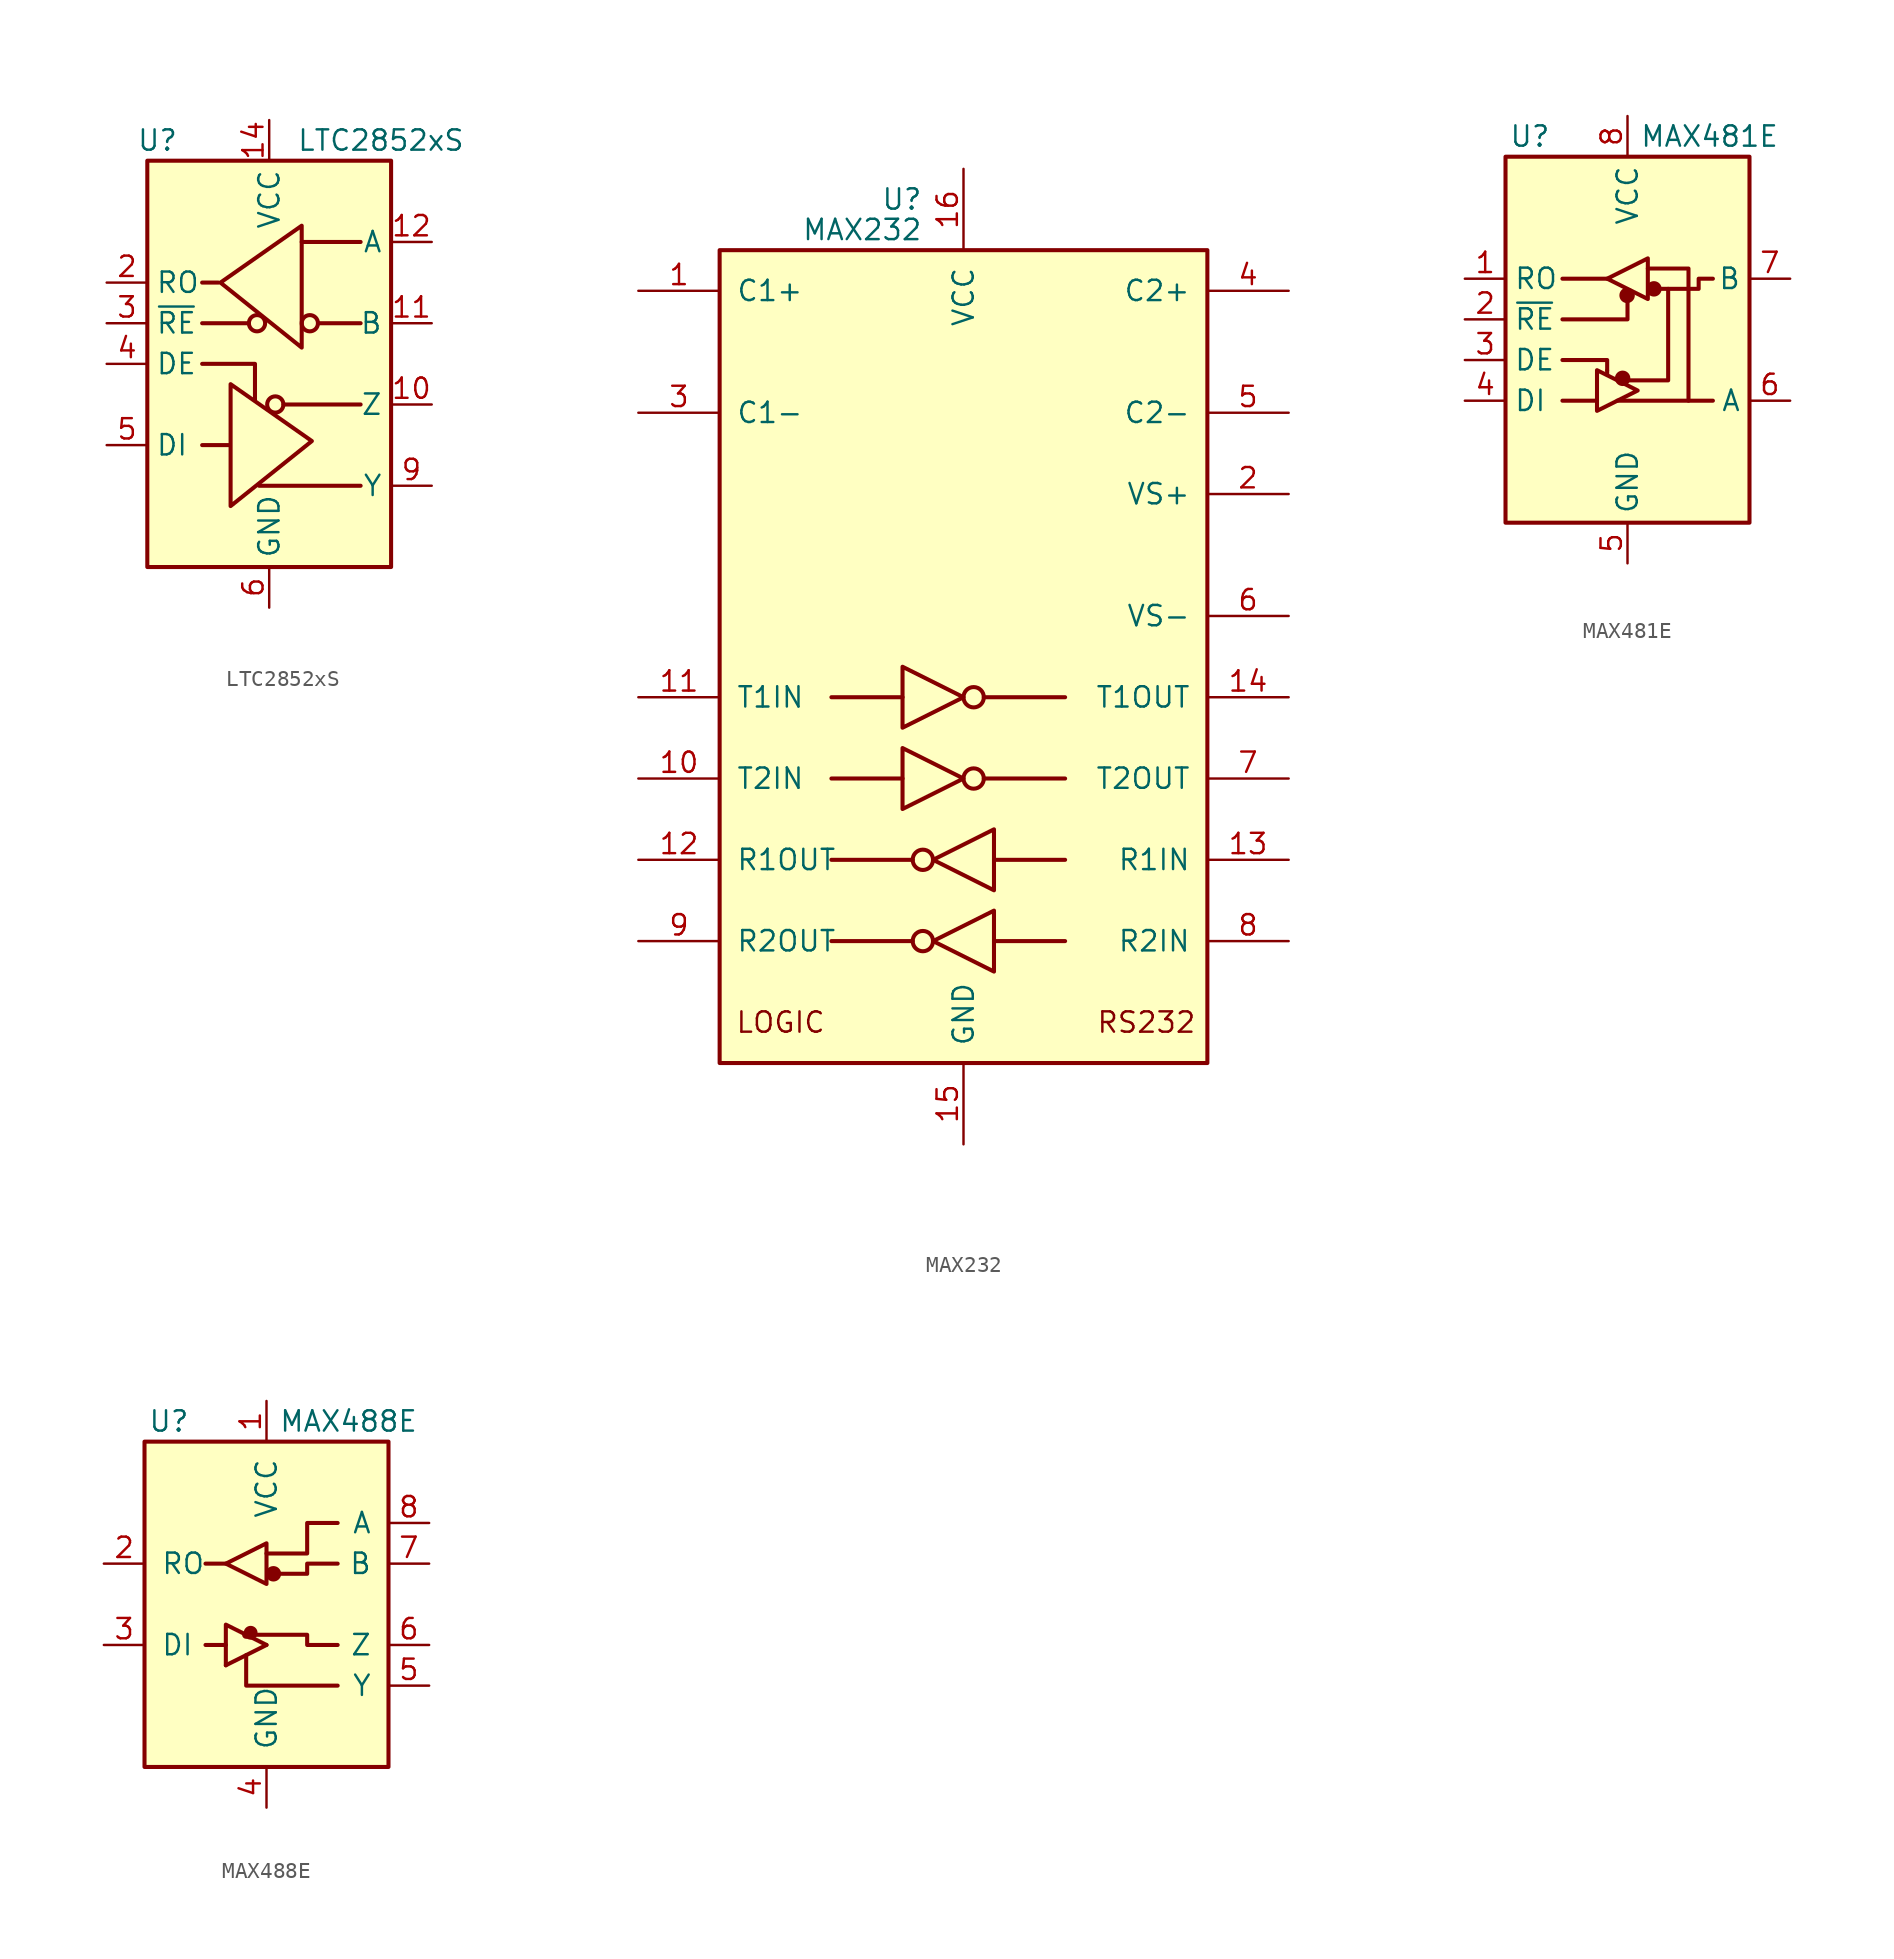
<source format=kicad_sym>
(kicad_symbol_lib
  (version 20200908)
  (generator kicad_symbol_editor)
  (symbol "Interface_UART:LTC2852xS"
    (property "Reference" "U"
      (at -6.985 13.97 0)
      (effects (font (size 1.27 1.27))))
    (property "Value" "LTC2852xS"
      (at 6.985 13.97 0)
      (effects (font (size 1.27 1.27))))
    (symbol "LTC2852xS_1_1"
      (circle (center -0.762 2.54) (radius 0.508) (stroke (width 0.254)) (fill (type none)))
      (circle (center 0.381 -2.54) (radius 0.508) (stroke (width 0.254)) (fill (type none)))
      (circle (center 2.54 2.54) (radius 0.508) (stroke (width 0.254)) (fill (type none)))
      (polyline (pts (xy -4.191 2.54) (xy -1.27 2.54)) (stroke (width 0.254)) (fill (type none)))
      (polyline (pts (xy -2.54 -5.08) (xy -4.191 -5.08)) (stroke (width 0.254)) (fill (type none)))
      (polyline (pts (xy -0.635 -7.62) (xy 5.715 -7.62)) (stroke (width 0.254)) (fill (type none)))
      (polyline (pts (xy 0.889 -2.54) (xy 5.715 -2.54)) (stroke (width 0.254)) (fill (type none)))
      (polyline (pts (xy 2.032 7.62) (xy 5.715 7.62)) (stroke (width 0.254)) (fill (type none)))
      (polyline (pts (xy 3.048 2.54) (xy 5.715 2.54)) (stroke (width 0.254)) (fill (type none)))
      (polyline (pts (xy -4.191 0) (xy -0.889 0) (xy -0.889 -2.286)) (stroke (width 0.254)) (fill (type none)))
      (polyline (pts (xy -3.175 5.08) (xy -4.191 5.08) (xy -4.064 5.08)) (stroke (width 0.254)) (fill (type none)))
      (polyline (pts (xy -2.413 -5.08) (xy -2.413 -1.27) (xy 2.667 -4.826) (xy -2.413 -8.89) (xy -2.413 -5.08)) (stroke (width 0.254)) (fill (type none)))
      (polyline (pts (xy 2.032 4.826) (xy 2.032 8.636) (xy -3.048 5.08) (xy 2.032 1.016) (xy 2.032 4.826)) (stroke (width 0.254)) (fill (type none)))
      (pin unconnected line (at -7.62 -10.16 0) (length 2.54) hide (name "NC" (effects (font (size 1.27 1.27)))) (number "1" (effects (font (size 1.27 1.27)))))
      (pin output line (at 10.16 -2.54 180) (length 2.54) (name "Z" (effects (font (size 1.27 1.27)))) (number "10" (effects (font (size 1.27 1.27)))))
      (pin input line (at 10.16 2.54 180) (length 2.54) (name "B" (effects (font (size 1.27 1.27)))) (number "11" (effects (font (size 1.27 1.27)))))
      (pin input line (at 10.16 7.62 180) (length 2.54) (name "A" (effects (font (size 1.27 1.27)))) (number "12" (effects (font (size 1.27 1.27)))))
      (pin unconnected line (at -7.62 7.62 0) (length 2.54) hide (name "NC" (effects (font (size 1.27 1.27)))) (number "13" (effects (font (size 1.27 1.27)))))
      (pin power_in line (at 0 15.24 270) (length 2.54) (name "VCC" (effects (font (size 1.27 1.27)))) (number "14" (effects (font (size 1.27 1.27)))))
      (pin output line (at -10.16 5.08 0) (length 2.54) (name "RO" (effects (font (size 1.27 1.27)))) (number "2" (effects (font (size 1.27 1.27)))))
      (pin input line (at -10.16 2.54 0) (length 2.54) (name "~RE" (effects (font (size 1.27 1.27)))) (number "3" (effects (font (size 1.27 1.27)))))
      (pin input line (at -10.16 0 0) (length 2.54) (name "DE" (effects (font (size 1.27 1.27)))) (number "4" (effects (font (size 1.27 1.27)))))
      (pin input line (at -10.16 -5.08 0) (length 2.54) (name "DI" (effects (font (size 1.27 1.27)))) (number "5" (effects (font (size 1.27 1.27)))))
      (pin power_in line (at 0 -15.24 90) (length 2.54) (name "GND" (effects (font (size 1.27 1.27)))) (number "6" (effects (font (size 1.27 1.27)))))
      (pin passive line (at 0 -15.24 90) (length 2.54) hide (name "GND" (effects (font (size 1.27 1.27)))) (number "7" (effects (font (size 1.27 1.27)))))
      (pin unconnected line (at -7.62 -7.62 0) (length 2.54) hide (name "NC" (effects (font (size 1.27 1.27)))) (number "8" (effects (font (size 1.27 1.27)))))
      (pin output line (at 10.16 -7.62 180) (length 2.54) (name "Y" (effects (font (size 1.27 1.27)))) (number "9" (effects (font (size 1.27 1.27))))))
    (symbol "LTC2852xS_0_1"
      (rectangle (start -7.62 12.7) (end 7.62 -12.7) (stroke (width 0.254)) (fill (type background)))))
  (symbol "Interface_UART:MAX232"
    (pin_names
      (offset 1.016))
    (property "Reference" "U"
      (at -2.54 28.575 0)
      (effects (font (size 1.27 1.27)) (justify right)))
    (property "Value" "MAX232"
      (at -2.54 26.67 0)
      (effects (font (size 1.27 1.27)) (justify right)))
    (symbol "MAX232_0_1"
      (circle (center -2.54 -17.78) (radius 0.635) (stroke (width 0.254)) (fill (type none)))
      (circle (center -2.54 -12.7) (radius 0.635) (stroke (width 0.254)) (fill (type none)))
      (circle (center 0.635 -7.62) (radius 0.635) (stroke (width 0.254)) (fill (type none)))
      (circle (center 0.635 -2.54) (radius 0.635) (stroke (width 0.254)) (fill (type none)))
      (rectangle (start -15.24 -25.4) (end 15.24 25.4) (stroke (width 0.254)) (fill (type background)))
      (polyline (pts (xy -3.81 -7.62) (xy -8.255 -7.62)) (stroke (width 0.254)) (fill (type none)))
      (polyline (pts (xy -3.81 -2.54) (xy -8.255 -2.54)) (stroke (width 0.254)) (fill (type none)))
      (polyline (pts (xy -3.175 -17.78) (xy -8.255 -17.78)) (stroke (width 0.254)) (fill (type none)))
      (polyline (pts (xy -3.175 -12.7) (xy -8.255 -12.7)) (stroke (width 0.254)) (fill (type none)))
      (polyline (pts (xy 1.27 -7.62) (xy 6.35 -7.62)) (stroke (width 0.254)) (fill (type none)))
      (polyline (pts (xy 1.27 -2.54) (xy 6.35 -2.54)) (stroke (width 0.254)) (fill (type none)))
      (polyline (pts (xy 1.905 -17.78) (xy 6.35 -17.78)) (stroke (width 0.254)) (fill (type none)))
      (polyline (pts (xy 1.905 -12.7) (xy 6.35 -12.7)) (stroke (width 0.254)) (fill (type none)))
      (polyline (pts (xy -3.81 -5.715) (xy -3.81 -9.525) (xy 0 -7.62) (xy -3.81 -5.715)) (stroke (width 0.254)) (fill (type none)))
      (polyline (pts (xy -3.81 -0.635) (xy -3.81 -4.445) (xy 0 -2.54) (xy -3.81 -0.635)) (stroke (width 0.254)) (fill (type none)))
      (polyline (pts (xy 1.905 -15.875) (xy 1.905 -19.685) (xy -1.905 -17.78) (xy 1.905 -15.875)) (stroke (width 0.254)) (fill (type none)))
      (polyline (pts (xy 1.905 -10.795) (xy 1.905 -14.605) (xy -1.905 -12.7) (xy 1.905 -10.795)) (stroke (width 0.254)) (fill (type none))))
    (symbol "MAX232_0_0"
      (text "LOGIC" (at -11.43 -22.86 0) (effects (font (size 1.27 1.27))))
      (text "RS232" (at 11.43 -22.86 0) (effects (font (size 1.27 1.27)))))
    (symbol "MAX232_1_1"
      (pin passive line (at -20.32 22.86 0) (length 5.08) (name "C1+" (effects (font (size 1.27 1.27)))) (number "1" (effects (font (size 1.27 1.27)))))
      (pin input line (at -20.32 -7.62 0) (length 5.08) (name "T2IN" (effects (font (size 1.27 1.27)))) (number "10" (effects (font (size 1.27 1.27)))))
      (pin input line (at -20.32 -2.54 0) (length 5.08) (name "T1IN" (effects (font (size 1.27 1.27)))) (number "11" (effects (font (size 1.27 1.27)))))
      (pin output line (at -20.32 -12.7 0) (length 5.08) (name "R1OUT" (effects (font (size 1.27 1.27)))) (number "12" (effects (font (size 1.27 1.27)))))
      (pin input line (at 20.32 -12.7 180) (length 5.08) (name "R1IN" (effects (font (size 1.27 1.27)))) (number "13" (effects (font (size 1.27 1.27)))))
      (pin output line (at 20.32 -2.54 180) (length 5.08) (name "T1OUT" (effects (font (size 1.27 1.27)))) (number "14" (effects (font (size 1.27 1.27)))))
      (pin power_in line (at 0 -30.48 90) (length 5.08) (name "GND" (effects (font (size 1.27 1.27)))) (number "15" (effects (font (size 1.27 1.27)))))
      (pin power_in line (at 0 30.48 270) (length 5.08) (name "VCC" (effects (font (size 1.27 1.27)))) (number "16" (effects (font (size 1.27 1.27)))))
      (pin power_out line (at 20.32 10.16 180) (length 5.08) (name "VS+" (effects (font (size 1.27 1.27)))) (number "2" (effects (font (size 1.27 1.27)))))
      (pin passive line (at -20.32 15.24 0) (length 5.08) (name "C1-" (effects (font (size 1.27 1.27)))) (number "3" (effects (font (size 1.27 1.27)))))
      (pin passive line (at 20.32 22.86 180) (length 5.08) (name "C2+" (effects (font (size 1.27 1.27)))) (number "4" (effects (font (size 1.27 1.27)))))
      (pin passive line (at 20.32 15.24 180) (length 5.08) (name "C2-" (effects (font (size 1.27 1.27)))) (number "5" (effects (font (size 1.27 1.27)))))
      (pin power_out line (at 20.32 2.54 180) (length 5.08) (name "VS-" (effects (font (size 1.27 1.27)))) (number "6" (effects (font (size 1.27 1.27)))))
      (pin output line (at 20.32 -7.62 180) (length 5.08) (name "T2OUT" (effects (font (size 1.27 1.27)))) (number "7" (effects (font (size 1.27 1.27)))))
      (pin input line (at 20.32 -17.78 180) (length 5.08) (name "R2IN" (effects (font (size 1.27 1.27)))) (number "8" (effects (font (size 1.27 1.27)))))
      (pin output line (at -20.32 -17.78 0) (length 5.08) (name "R2OUT" (effects (font (size 1.27 1.27)))) (number "9" (effects (font (size 1.27 1.27)))))))
  (symbol "Interface_UART:MAX481E"
    (property "Reference" "U"
      (at -6.096 11.43 0)
      (effects (font (size 1.27 1.27))))
    (property "Value" "MAX481E"
      (at 0.762 11.43 0)
      (effects (font (size 1.27 1.27)) (justify left)))
    (symbol "MAX481E_0_1"
      (circle (center -0.305 -3.683) (radius 0.356) (stroke (width 0.254)) (fill (type outline)))
      (circle (center -0.025 1.499) (radius 0.356) (stroke (width 0.254)) (fill (type outline)))
      (circle (center 1.651 1.905) (radius 0.356) (stroke (width 0.254)) (fill (type outline)))
      (rectangle (start -7.62 10.16) (end 7.62 -12.7) (stroke (width 0.254)) (fill (type background)))
      (rectangle (start 1.27 3.175) (end 1.27 3.175) (stroke (width 0)) (fill (type none)))
      (polyline (pts (xy -4.064 -5.08) (xy -1.905 -5.08)) (stroke (width 0.254)) (fill (type none)))
      (polyline (pts (xy -4.064 2.54) (xy -1.27 2.54)) (stroke (width 0.254)) (fill (type none)))
      (polyline (pts (xy -1.27 -3.2) (xy -1.27 -3.454)) (stroke (width 0.254)) (fill (type none)))
      (polyline (pts (xy -0.635 -5.08) (xy 5.334 -5.08)) (stroke (width 0.254)) (fill (type none)))
      (polyline (pts (xy -4.064 -2.54) (xy -1.27 -2.54) (xy -1.27 -3.175)) (stroke (width 0.254)) (fill (type none)))
      (polyline (pts (xy 0 1.27) (xy 0 0) (xy -4.064 0)) (stroke (width 0.254)) (fill (type none)))
      (polyline (pts (xy 1.27 3.175) (xy 3.81 3.175) (xy 3.81 -5.08)) (stroke (width 0.254)) (fill (type none)))
      (polyline (pts (xy 2.54 1.905) (xy 2.54 -3.81) (xy 0 -3.81)) (stroke (width 0.254)) (fill (type none)))
      (polyline (pts (xy -1.905 -3.175) (xy -1.905 -5.715) (xy 0.635 -4.445) (xy -1.905 -3.175)) (stroke (width 0.254)) (fill (type none)))
      (polyline (pts (xy -1.27 2.54) (xy 1.27 3.81) (xy 1.27 1.27) (xy -1.27 2.54)) (stroke (width 0.254)) (fill (type none)))
      (polyline (pts (xy 1.905 1.905) (xy 4.445 1.905) (xy 4.445 2.54) (xy 5.334 2.54)) (stroke (width 0.254)) (fill (type none))))
    (symbol "MAX481E_1_1"
      (pin output line (at -10.16 2.54 0) (length 2.54) (name "RO" (effects (font (size 1.27 1.27)))) (number "1" (effects (font (size 1.27 1.27)))))
      (pin input line (at -10.16 0 0) (length 2.54) (name "~RE" (effects (font (size 1.27 1.27)))) (number "2" (effects (font (size 1.27 1.27)))))
      (pin input line (at -10.16 -2.54 0) (length 2.54) (name "DE" (effects (font (size 1.27 1.27)))) (number "3" (effects (font (size 1.27 1.27)))))
      (pin input line (at -10.16 -5.08 0) (length 2.54) (name "DI" (effects (font (size 1.27 1.27)))) (number "4" (effects (font (size 1.27 1.27)))))
      (pin power_in line (at 0 -15.24 90) (length 2.54) (name "GND" (effects (font (size 1.27 1.27)))) (number "5" (effects (font (size 1.27 1.27)))))
      (pin bidirectional line (at 10.16 -5.08 180) (length 2.54) (name "A" (effects (font (size 1.27 1.27)))) (number "6" (effects (font (size 1.27 1.27)))))
      (pin bidirectional line (at 10.16 2.54 180) (length 2.54) (name "B" (effects (font (size 1.27 1.27)))) (number "7" (effects (font (size 1.27 1.27)))))
      (pin power_in line (at 0 12.7 270) (length 2.54) (name "VCC" (effects (font (size 1.27 1.27)))) (number "8" (effects (font (size 1.27 1.27)))))))
  (symbol "Interface_UART:MAX488E"
    (pin_names
      (offset 1.016))
    (property "Reference" "U"
      (at -6.096 11.43 0)
      (effects (font (size 1.27 1.27))))
    (property "Value" "MAX488E"
      (at 0.762 11.43 0)
      (effects (font (size 1.27 1.27)) (justify left)))
    (symbol "MAX488E_0_1"
      (circle (center -1.27 -1.905) (radius 0) (stroke (width 0.254)) (fill (type none)))
      (circle (center -0.991 -1.778) (radius 0.305) (stroke (width 0.254)) (fill (type outline)))
      (circle (center 0.432 1.905) (radius 0.356) (stroke (width 0.254)) (fill (type outline)))
      (rectangle (start -7.62 10.16) (end 7.62 -10.16) (stroke (width 0.254)) (fill (type background)))
      (polyline (pts (xy -2.54 -3.81) (xy 0 -2.54)) (stroke (width 0.254)) (fill (type none)))
      (polyline (pts (xy -2.54 -2.54) (xy -3.81 -2.54)) (stroke (width 0.254)) (fill (type none)))
      (polyline (pts (xy -2.54 2.54) (xy -3.81 2.54)) (stroke (width 0.254)) (fill (type none)))
      (polyline (pts (xy -0.635 -1.905) (xy -1.27 -1.905)) (stroke (width 0)) (fill (type none)))
      (polyline (pts (xy -2.54 -3.81) (xy -2.54 -1.27) (xy 0 -2.54)) (stroke (width 0.254)) (fill (type none)))
      (polyline (pts (xy -1.27 -3.175) (xy -1.27 -5.08) (xy 4.445 -5.08)) (stroke (width 0.254)) (fill (type none)))
      (polyline (pts (xy -2.54 2.54) (xy 0 3.81) (xy 0 1.27) (xy -2.54 2.54)) (stroke (width 0.254)) (fill (type none)))
      (polyline (pts (xy -0.635 -1.905) (xy 2.54 -1.905) (xy 2.54 -2.54) (xy 4.445 -2.54)) (stroke (width 0.254)) (fill (type none)))
      (polyline (pts (xy 0 3.175) (xy 2.54 3.175) (xy 2.54 5.08) (xy 4.445 5.08)) (stroke (width 0.254)) (fill (type none)))
      (polyline (pts (xy 0.635 1.905) (xy 2.54 1.905) (xy 2.54 2.54) (xy 4.445 2.54)) (stroke (width 0.254)) (fill (type none))))
    (symbol "MAX488E_1_1"
      (pin power_in line (at 0 12.7 270) (length 2.54) (name "VCC" (effects (font (size 1.27 1.27)))) (number "1" (effects (font (size 1.27 1.27)))))
      (pin output line (at -10.16 2.54 0) (length 2.54) (name "RO" (effects (font (size 1.27 1.27)))) (number "2" (effects (font (size 1.27 1.27)))))
      (pin input line (at -10.16 -2.54 0) (length 2.54) (name "DI" (effects (font (size 1.27 1.27)))) (number "3" (effects (font (size 1.27 1.27)))))
      (pin power_in line (at 0 -12.7 90) (length 2.54) (name "GND" (effects (font (size 1.27 1.27)))) (number "4" (effects (font (size 1.27 1.27)))))
      (pin output line (at 10.16 -5.08 180) (length 2.54) (name "Y" (effects (font (size 1.27 1.27)))) (number "5" (effects (font (size 1.27 1.27)))))
      (pin output line (at 10.16 -2.54 180) (length 2.54) (name "Z" (effects (font (size 1.27 1.27)))) (number "6" (effects (font (size 1.27 1.27)))))
      (pin input line (at 10.16 2.54 180) (length 2.54) (name "B" (effects (font (size 1.27 1.27)))) (number "7" (effects (font (size 1.27 1.27)))))
      (pin input line (at 10.16 5.08 180) (length 2.54) (name "A" (effects (font (size 1.27 1.27)))) (number "8" (effects (font (size 1.27 1.27))))))))
</source>
